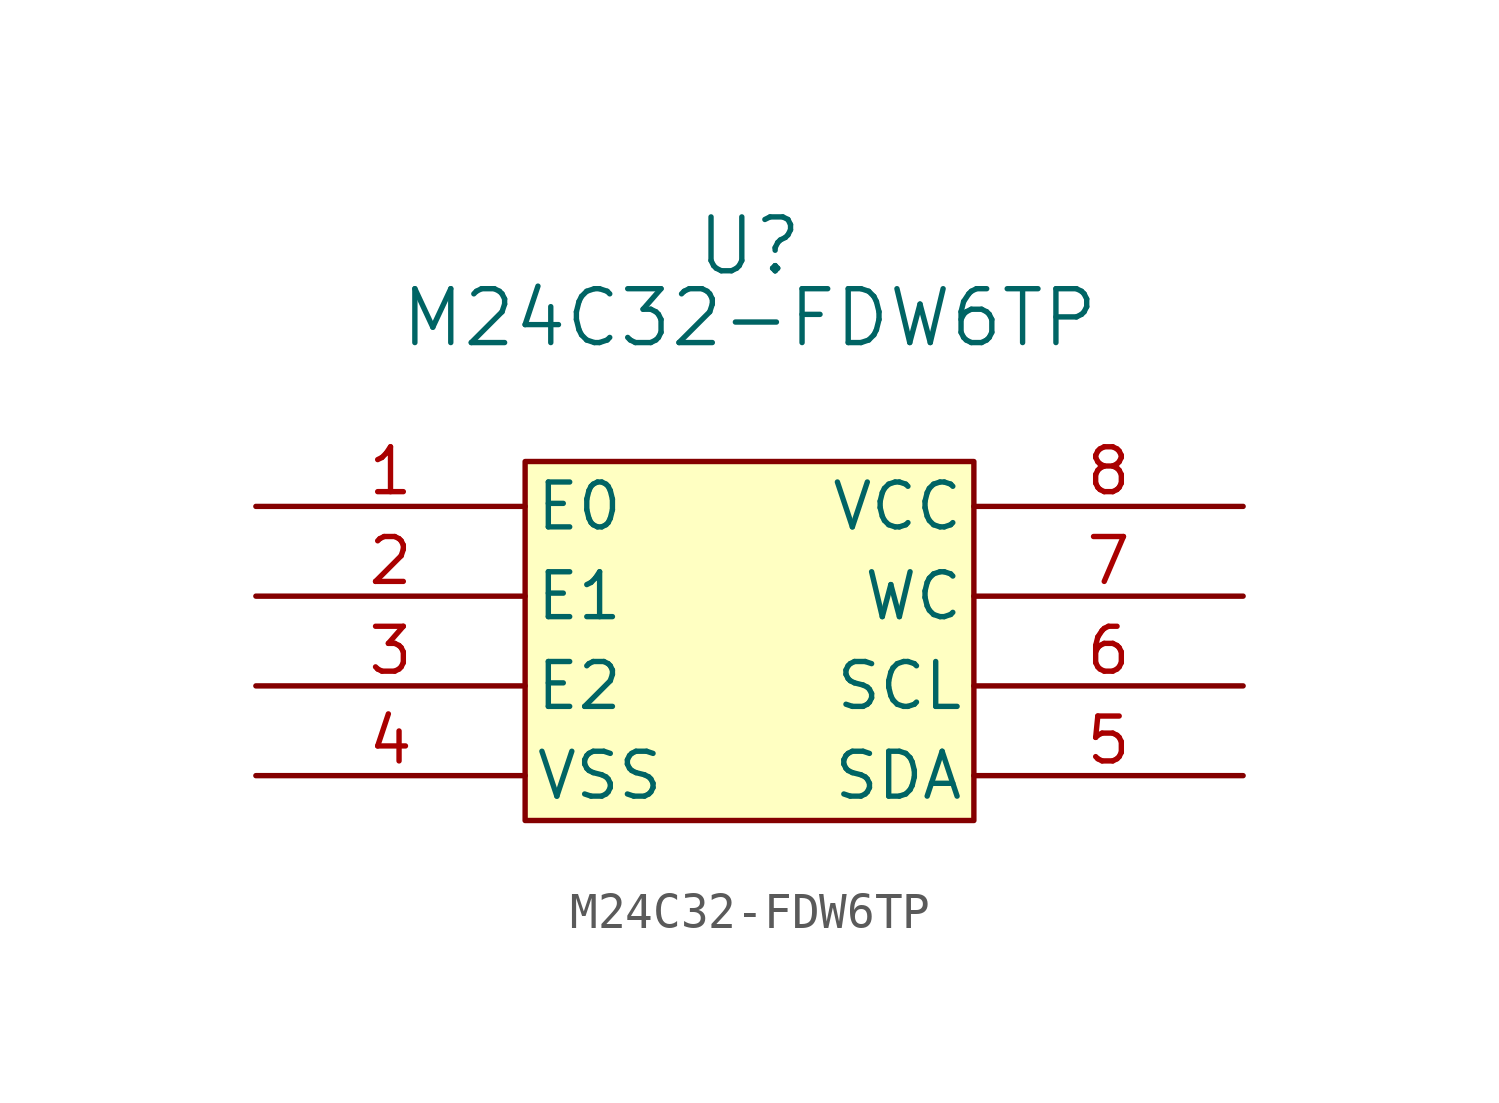
<source format=kicad_sym>
(kicad_symbol_lib
  (version 20241209)
  (generator "kicad_symbol_editor")
  (generator_version "9.0")
  (symbol "M24C32-FDW6TP"
    (pin_names
      (offset 0.254))
    (property "Reference" "U"
      (at 0 11.176 0)
      (effects (font (size 1.524 1.524))))
    (property "Value" "M24C32-FDW6TP"
      (at 0 9.144 0)
      (effects (font (size 1.524 1.524))))
    (symbol "M24C32-FDW6TP_0_1"
      (pin passive line (at -13.97 3.81 0) (length 7.62) (name "E0" (effects (font (size 1.27 1.27)))) (number "1" (effects (font (size 1.27 1.27)))))
      (pin passive line (at -13.97 1.27 0) (length 7.62) (name "E1" (effects (font (size 1.27 1.27)))) (number "2" (effects (font (size 1.27 1.27)))))
      (pin passive line (at -13.97 -1.27 0) (length 7.62) (name "E2" (effects (font (size 1.27 1.27)))) (number "3" (effects (font (size 1.27 1.27)))))
      (pin power_in line (at 13.97 3.81 180) (length 7.62) (name "VCC" (effects (font (size 1.27 1.27)))) (number "8" (effects (font (size 1.27 1.27)))))
      (pin input line (at 13.97 1.27 180) (length 7.62) (name "WC" (effects (font (size 1.27 1.27)))) (number "7" (effects (font (size 1.27 1.27)))))
      (pin passive line (at 13.97 -1.27 180) (length 7.62) (name "SCL" (effects (font (size 1.27 1.27)))) (number "6" (effects (font (size 1.27 1.27)))))
      (pin bidirectional line (at 13.97 -3.81 180) (length 7.62) (name "SDA" (effects (font (size 1.27 1.27)))) (number "5" (effects (font (size 1.27 1.27))))))
    (symbol "M24C32-FDW6TP_1_1"
      (rectangle (start -6.35 5.08) (end 6.35 -5.08) (stroke (width 0) (type default)) (fill (type background)))
      (pin passive line (at -13.97 -3.81 0) (length 7.62) (name "VSS" (effects (font (size 1.27 1.27)))) (number "4" (effects (font (size 1.27 1.27))))))))
</source>
